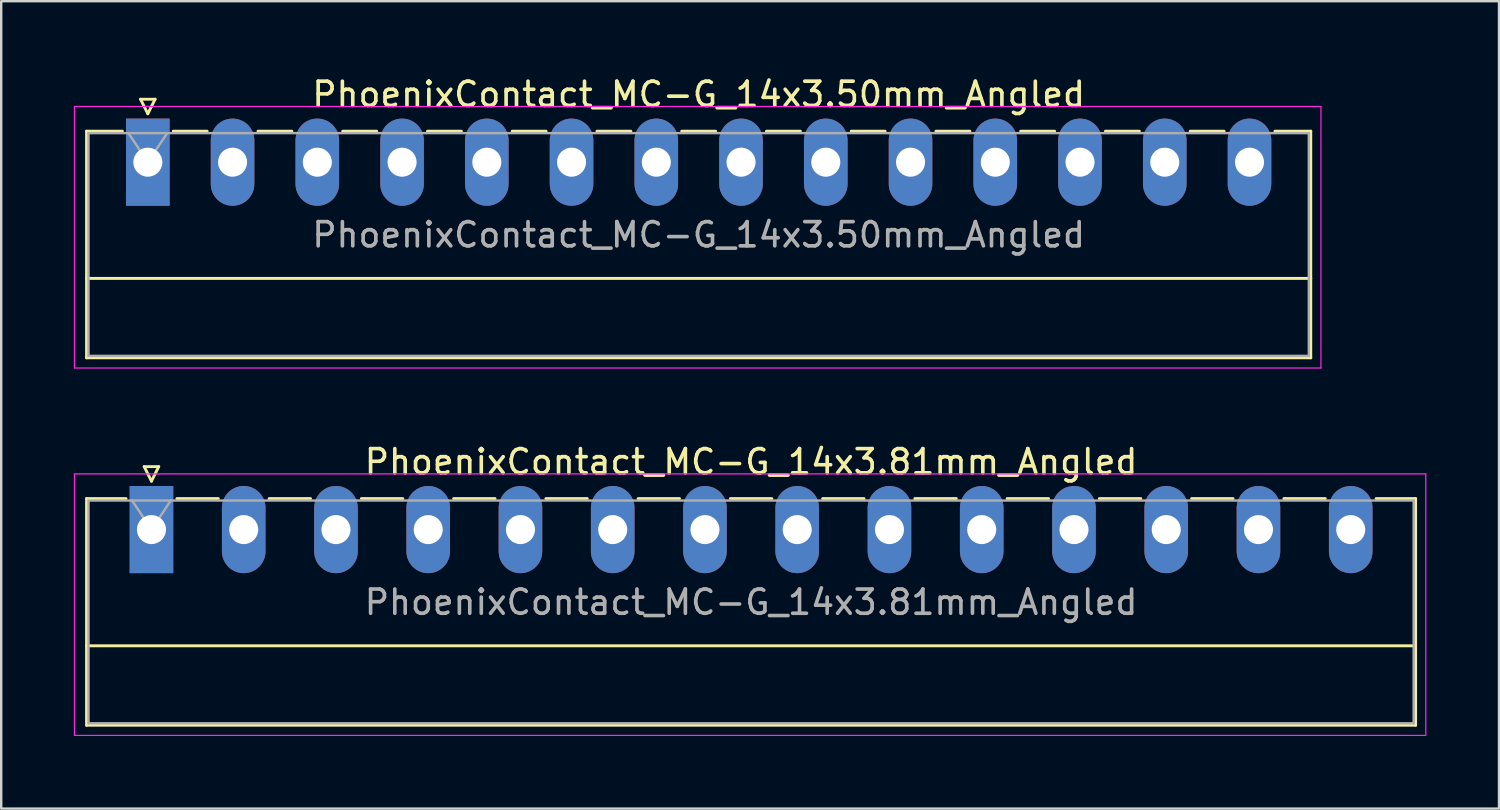
<source format=kicad_pcb>
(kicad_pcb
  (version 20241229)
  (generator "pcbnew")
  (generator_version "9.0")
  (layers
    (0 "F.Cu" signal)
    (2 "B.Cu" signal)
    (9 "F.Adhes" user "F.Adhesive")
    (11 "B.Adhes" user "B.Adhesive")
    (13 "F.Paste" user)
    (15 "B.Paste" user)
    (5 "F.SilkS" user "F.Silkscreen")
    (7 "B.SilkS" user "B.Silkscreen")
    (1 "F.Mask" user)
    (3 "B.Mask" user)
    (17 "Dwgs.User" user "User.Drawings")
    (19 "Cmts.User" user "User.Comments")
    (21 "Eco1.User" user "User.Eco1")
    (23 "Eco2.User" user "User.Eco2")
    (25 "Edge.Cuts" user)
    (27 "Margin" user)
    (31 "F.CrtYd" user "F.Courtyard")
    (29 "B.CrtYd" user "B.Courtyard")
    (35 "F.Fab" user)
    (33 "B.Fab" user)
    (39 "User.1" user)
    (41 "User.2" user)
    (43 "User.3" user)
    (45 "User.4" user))
  (footprint "PhoenixContact_MC-G_14x3.50mm_Angled"
    (layer "F.Cu")
    (at 3.055 3.648)
    (property "Reference" "PhoenixContact_MC-G_14x3.50mm_Angled" (at 22.75 -2.8 0) (layer "F.SilkS") (effects (font (size 1 1) (thickness 0.15))))
    (attr through_hole)
    (fp_line (start -2.53 -1.28) (end -2.53 8.08) (stroke (width 0.12) (type solid)) (layer "F.SilkS"))
    (fp_line (start -2.53 -1.28) (end -1.05 -1.28) (stroke (width 0.12) (type solid)) (layer "F.SilkS"))
    (fp_line (start -2.53 4.8) (end 48.03 4.8) (stroke (width 0.12) (type solid)) (layer "F.SilkS"))
    (fp_line (start -2.53 8.08) (end 48.03 8.08) (stroke (width 0.12) (type solid)) (layer "F.SilkS"))
    (fp_line (start -0.3 -2.6) (end 0.3 -2.6) (stroke (width 0.12) (type solid)) (layer "F.SilkS"))
    (fp_line (start 0 -2) (end -0.3 -2.6) (stroke (width 0.12) (type solid)) (layer "F.SilkS"))
    (fp_line (start 0.3 -2.6) (end 0 -2) (stroke (width 0.12) (type solid)) (layer "F.SilkS"))
    (fp_line (start 1.05 -1.28) (end 2.45 -1.28) (stroke (width 0.12) (type solid)) (layer "F.SilkS"))
    (fp_line (start 4.55 -1.28) (end 5.95 -1.28) (stroke (width 0.12) (type solid)) (layer "F.SilkS"))
    (fp_line (start 8.05 -1.28) (end 9.45 -1.28) (stroke (width 0.12) (type solid)) (layer "F.SilkS"))
    (fp_line (start 11.55 -1.28) (end 12.95 -1.28) (stroke (width 0.12) (type solid)) (layer "F.SilkS"))
    (fp_line (start 15.05 -1.28) (end 16.45 -1.28) (stroke (width 0.12) (type solid)) (layer "F.SilkS"))
    (fp_line (start 18.55 -1.28) (end 19.95 -1.28) (stroke (width 0.12) (type solid)) (layer "F.SilkS"))
    (fp_line (start 22.05 -1.28) (end 23.45 -1.28) (stroke (width 0.12) (type solid)) (layer "F.SilkS"))
    (fp_line (start 25.55 -1.28) (end 26.95 -1.28) (stroke (width 0.12) (type solid)) (layer "F.SilkS"))
    (fp_line (start 29.05 -1.28) (end 30.45 -1.28) (stroke (width 0.12) (type solid)) (layer "F.SilkS"))
    (fp_line (start 32.55 -1.28) (end 33.95 -1.28) (stroke (width 0.12) (type solid)) (layer "F.SilkS"))
    (fp_line (start 36.05 -1.28) (end 37.45 -1.28) (stroke (width 0.12) (type solid)) (layer "F.SilkS"))
    (fp_line (start 39.55 -1.28) (end 40.95 -1.28) (stroke (width 0.12) (type solid)) (layer "F.SilkS"))
    (fp_line (start 43.05 -1.28) (end 44.45 -1.28) (stroke (width 0.12) (type solid)) (layer "F.SilkS"))
    (fp_line (start 48.03 -1.28) (end 46.55 -1.28) (stroke (width 0.12) (type solid)) (layer "F.SilkS"))
    (fp_line (start 48.03 8.08) (end 48.03 -1.28) (stroke (width 0.12) (type solid)) (layer "F.SilkS"))
    (fp_line (start -3.03 -2.3) (end -3.03 8.5) (stroke (width 0.05) (type solid)) (layer "F.CrtYd"))
    (fp_line (start -3.03 8.5) (end 48.45 8.5) (stroke (width 0.05) (type solid)) (layer "F.CrtYd"))
    (fp_line (start 48.45 -2.3) (end -3.03 -2.3) (stroke (width 0.05) (type solid)) (layer "F.CrtYd"))
    (fp_line (start 48.45 8.5) (end 48.45 -2.3) (stroke (width 0.05) (type solid)) (layer "F.CrtYd"))
    (fp_line (start -2.45 -1.2) (end -2.45 8) (stroke (width 0.1) (type solid)) (layer "F.Fab"))
    (fp_line (start -2.45 8) (end 47.95 8) (stroke (width 0.1) (type solid)) (layer "F.Fab"))
    (fp_line (start 0 0) (end -0.8 -1.2) (stroke (width 0.1) (type solid)) (layer "F.Fab"))
    (fp_line (start 0.8 -1.2) (end 0 0) (stroke (width 0.1) (type solid)) (layer "F.Fab"))
    (fp_line (start 47.95 -1.2) (end -2.45 -1.2) (stroke (width 0.1) (type solid)) (layer "F.Fab"))
    (fp_line (start 47.95 8) (end 47.95 -1.2) (stroke (width 0.1) (type solid)) (layer "F.Fab"))
    (fp_text user "${REFERENCE}" (at 22.75 3 0) (layer "F.Fab") (effects (font (size 1 1) (thickness 0.15))))
    (pad "1" thru_hole rect (at 0 0) (size 1.8 3.6) (drill 1.2) (layers "*.Cu" "*.Mask"))
    (pad "2" thru_hole oval (at 3.5 0) (size 1.8 3.6) (drill 1.2) (layers "*.Cu" "*.Mask"))
    (pad "3" thru_hole oval (at 7 0) (size 1.8 3.6) (drill 1.2) (layers "*.Cu" "*.Mask"))
    (pad "4" thru_hole oval (at 10.5 0) (size 1.8 3.6) (drill 1.2) (layers "*.Cu" "*.Mask"))
    (pad "5" thru_hole oval (at 14 0) (size 1.8 3.6) (drill 1.2) (layers "*.Cu" "*.Mask"))
    (pad "6" thru_hole oval (at 17.5 0) (size 1.8 3.6) (drill 1.2) (layers "*.Cu" "*.Mask"))
    (pad "7" thru_hole oval (at 21 0) (size 1.8 3.6) (drill 1.2) (layers "*.Cu" "*.Mask"))
    (pad "8" thru_hole oval (at 24.5 0) (size 1.8 3.6) (drill 1.2) (layers "*.Cu" "*.Mask"))
    (pad "9" thru_hole oval (at 28 0) (size 1.8 3.6) (drill 1.2) (layers "*.Cu" "*.Mask"))
    (pad "10" thru_hole oval (at 31.5 0) (size 1.8 3.6) (drill 1.2) (layers "*.Cu" "*.Mask"))
    (pad "11" thru_hole oval (at 35 0) (size 1.8 3.6) (drill 1.2) (layers "*.Cu" "*.Mask"))
    (pad "12" thru_hole oval (at 38.5 0) (size 1.8 3.6) (drill 1.2) (layers "*.Cu" "*.Mask"))
    (pad "13" thru_hole oval (at 42 0) (size 1.8 3.6) (drill 1.2) (layers "*.Cu" "*.Mask"))
    (pad "14" thru_hole oval (at 45.5 0) (size 1.8 3.6) (drill 1.2) (layers "*.Cu" "*.Mask")))
  (footprint "PhoenixContact_MC-G_14x3.81mm_Angled"
    (layer "F.Cu")
    (at 3.205 18.822)
    (property "Reference" "PhoenixContact_MC-G_14x3.81mm_Angled" (at 24.765 -2.8 0) (layer "F.SilkS") (effects (font (size 1 1) (thickness 0.15))))
    (attr through_hole)
    (fp_line (start -2.68 -1.28) (end -2.68 8.08) (stroke (width 0.12) (type solid)) (layer "F.SilkS"))
    (fp_line (start -2.68 -1.28) (end -1.05 -1.28) (stroke (width 0.12) (type solid)) (layer "F.SilkS"))
    (fp_line (start -2.68 4.8) (end 52.21 4.8) (stroke (width 0.12) (type solid)) (layer "F.SilkS"))
    (fp_line (start -2.68 8.08) (end 52.21 8.08) (stroke (width 0.12) (type solid)) (layer "F.SilkS"))
    (fp_line (start -0.3 -2.6) (end 0.3 -2.6) (stroke (width 0.12) (type solid)) (layer "F.SilkS"))
    (fp_line (start 0 -2) (end -0.3 -2.6) (stroke (width 0.12) (type solid)) (layer "F.SilkS"))
    (fp_line (start 0.3 -2.6) (end 0 -2) (stroke (width 0.12) (type solid)) (layer "F.SilkS"))
    (fp_line (start 1.05 -1.28) (end 2.76 -1.28) (stroke (width 0.12) (type solid)) (layer "F.SilkS"))
    (fp_line (start 4.86 -1.28) (end 6.57 -1.28) (stroke (width 0.12) (type solid)) (layer "F.SilkS"))
    (fp_line (start 8.67 -1.28) (end 10.38 -1.28) (stroke (width 0.12) (type solid)) (layer "F.SilkS"))
    (fp_line (start 12.48 -1.28) (end 14.19 -1.28) (stroke (width 0.12) (type solid)) (layer "F.SilkS"))
    (fp_line (start 16.29 -1.28) (end 18 -1.28) (stroke (width 0.12) (type solid)) (layer "F.SilkS"))
    (fp_line (start 20.1 -1.28) (end 21.81 -1.28) (stroke (width 0.12) (type solid)) (layer "F.SilkS"))
    (fp_line (start 23.91 -1.28) (end 25.62 -1.28) (stroke (width 0.12) (type solid)) (layer "F.SilkS"))
    (fp_line (start 27.72 -1.28) (end 29.43 -1.28) (stroke (width 0.12) (type solid)) (layer "F.SilkS"))
    (fp_line (start 31.53 -1.28) (end 33.24 -1.28) (stroke (width 0.12) (type solid)) (layer "F.SilkS"))
    (fp_line (start 35.34 -1.28) (end 37.05 -1.28) (stroke (width 0.12) (type solid)) (layer "F.SilkS"))
    (fp_line (start 39.15 -1.28) (end 40.86 -1.28) (stroke (width 0.12) (type solid)) (layer "F.SilkS"))
    (fp_line (start 42.96 -1.28) (end 44.67 -1.28) (stroke (width 0.12) (type solid)) (layer "F.SilkS"))
    (fp_line (start 46.77 -1.28) (end 48.48 -1.28) (stroke (width 0.12) (type solid)) (layer "F.SilkS"))
    (fp_line (start 52.21 -1.28) (end 50.58 -1.28) (stroke (width 0.12) (type solid)) (layer "F.SilkS"))
    (fp_line (start 52.21 8.08) (end 52.21 -1.28) (stroke (width 0.12) (type solid)) (layer "F.SilkS"))
    (fp_line (start -3.18 -2.3) (end -3.18 8.5) (stroke (width 0.05) (type solid)) (layer "F.CrtYd"))
    (fp_line (start -3.18 8.5) (end 52.63 8.5) (stroke (width 0.05) (type solid)) (layer "F.CrtYd"))
    (fp_line (start 52.63 -2.3) (end -3.18 -2.3) (stroke (width 0.05) (type solid)) (layer "F.CrtYd"))
    (fp_line (start 52.63 8.5) (end 52.63 -2.3) (stroke (width 0.05) (type solid)) (layer "F.CrtYd"))
    (fp_line (start -2.6 -1.2) (end -2.6 8) (stroke (width 0.1) (type solid)) (layer "F.Fab"))
    (fp_line (start -2.6 8) (end 52.13 8) (stroke (width 0.1) (type solid)) (layer "F.Fab"))
    (fp_line (start 0 0) (end -0.8 -1.2) (stroke (width 0.1) (type solid)) (layer "F.Fab"))
    (fp_line (start 0.8 -1.2) (end 0 0) (stroke (width 0.1) (type solid)) (layer "F.Fab"))
    (fp_line (start 52.13 -1.2) (end -2.6 -1.2) (stroke (width 0.1) (type solid)) (layer "F.Fab"))
    (fp_line (start 52.13 8) (end 52.13 -1.2) (stroke (width 0.1) (type solid)) (layer "F.Fab"))
    (fp_text user "${REFERENCE}" (at 24.765 3 0) (layer "F.Fab") (effects (font (size 1 1) (thickness 0.15))))
    (pad "1" thru_hole rect (at 0 0) (size 1.8 3.6) (drill 1.2) (layers "*.Cu" "*.Mask"))
    (pad "2" thru_hole oval (at 3.81 0) (size 1.8 3.6) (drill 1.2) (layers "*.Cu" "*.Mask"))
    (pad "3" thru_hole oval (at 7.62 0) (size 1.8 3.6) (drill 1.2) (layers "*.Cu" "*.Mask"))
    (pad "4" thru_hole oval (at 11.43 0) (size 1.8 3.6) (drill 1.2) (layers "*.Cu" "*.Mask"))
    (pad "5" thru_hole oval (at 15.24 0) (size 1.8 3.6) (drill 1.2) (layers "*.Cu" "*.Mask"))
    (pad "6" thru_hole oval (at 19.05 0) (size 1.8 3.6) (drill 1.2) (layers "*.Cu" "*.Mask"))
    (pad "7" thru_hole oval (at 22.86 0) (size 1.8 3.6) (drill 1.2) (layers "*.Cu" "*.Mask"))
    (pad "8" thru_hole oval (at 26.67 0) (size 1.8 3.6) (drill 1.2) (layers "*.Cu" "*.Mask"))
    (pad "9" thru_hole oval (at 30.48 0) (size 1.8 3.6) (drill 1.2) (layers "*.Cu" "*.Mask"))
    (pad "10" thru_hole oval (at 34.29 0) (size 1.8 3.6) (drill 1.2) (layers "*.Cu" "*.Mask"))
    (pad "11" thru_hole oval (at 38.1 0) (size 1.8 3.6) (drill 1.2) (layers "*.Cu" "*.Mask"))
    (pad "12" thru_hole oval (at 41.91 0) (size 1.8 3.6) (drill 1.2) (layers "*.Cu" "*.Mask"))
    (pad "13" thru_hole oval (at 45.72 0) (size 1.8 3.6) (drill 1.2) (layers "*.Cu" "*.Mask"))
    (pad "14" thru_hole oval (at 49.53 0) (size 1.8 3.6) (drill 1.2) (layers "*.Cu" "*.Mask")))
  (gr_rect
    (start -3 -3)
    (end 58.86 30.346)
    (stroke (width 0.1) (type default))
    (fill no)
    (layer "Edge.Cuts")))
</source>
